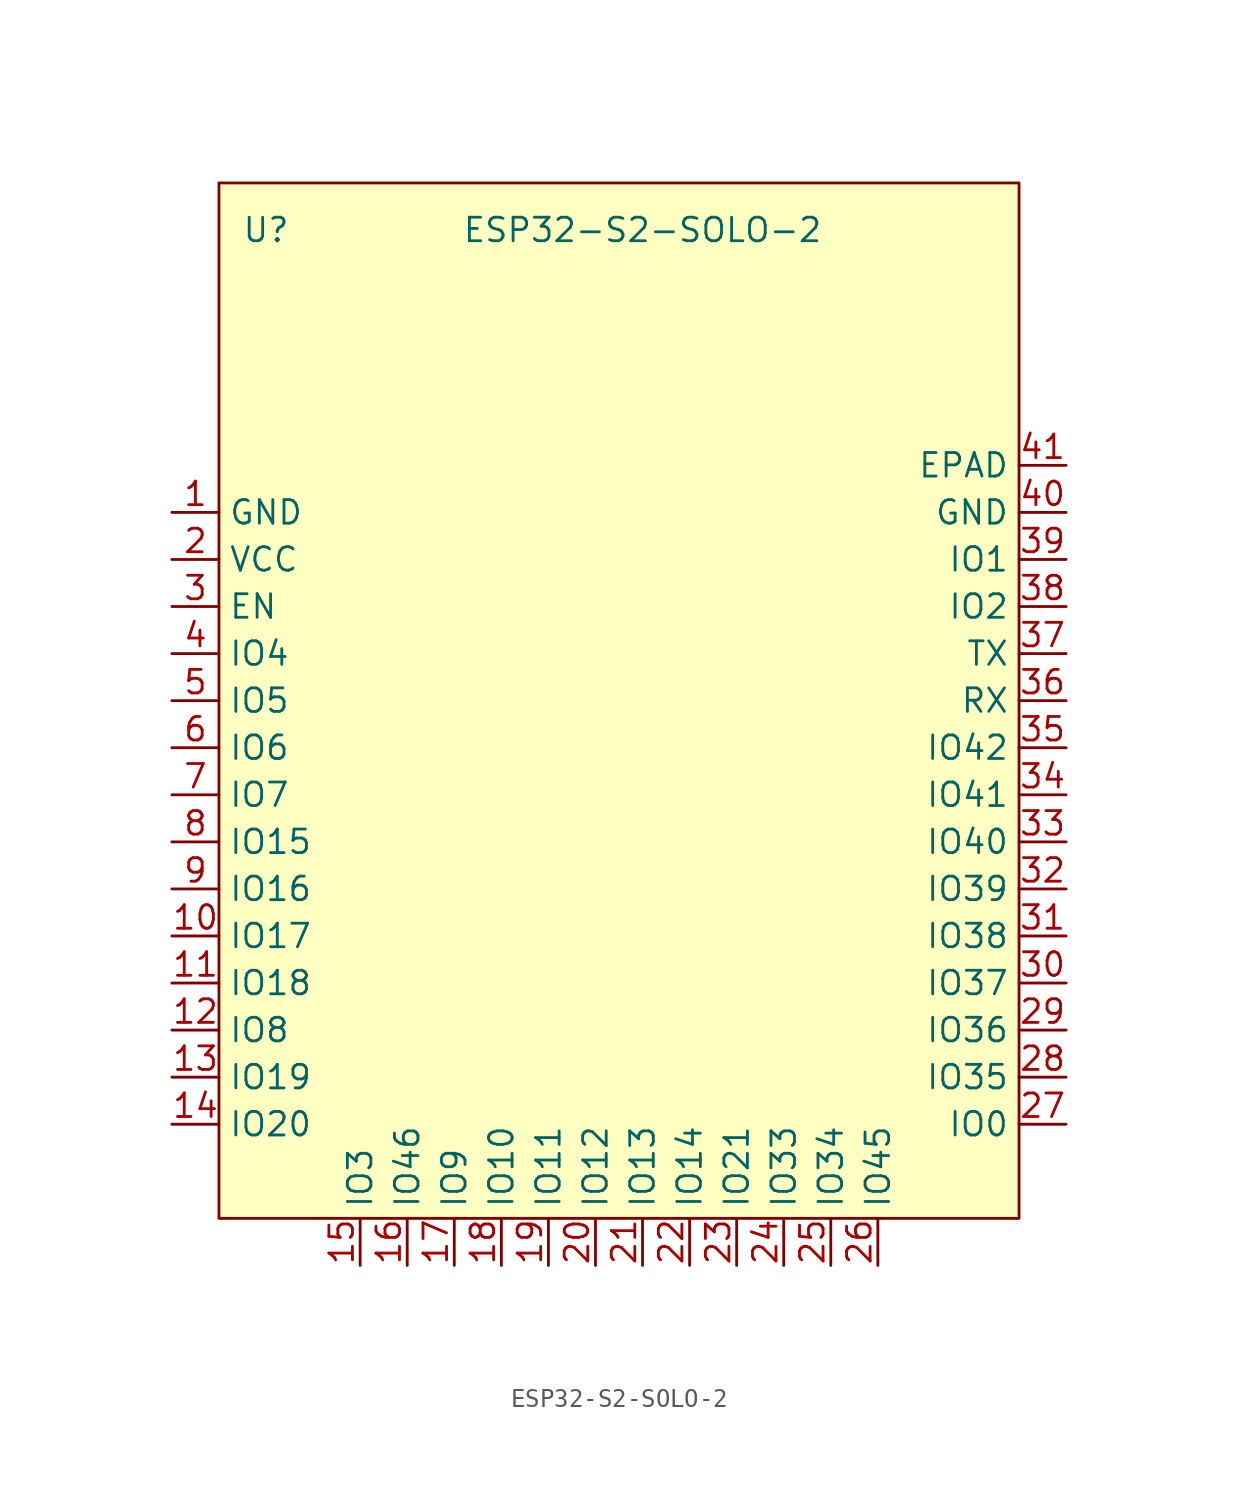
<source format=kicad_sym>
(kicad_symbol_lib
  (version 20211014)
  (generator kicad_symbol_editor)
  (symbol "ESP32-S2-SOLO-2"
    (property "Reference" "U"
      (at -19.05 25.4 0)
      (effects (font (size 1.27 1.27))))
    (property "Value" "ESP32-S2-SOLO-2"
      (at 1.27 25.4 0)
      (effects (font (size 1.27 1.27))))
    (symbol "ESP32-S2-SOLO-2_0_1"
      (rectangle (start 21.59 -27.94) (end -21.59 27.94) (stroke (width 0) (type default) (color 0 0 0 0)) (fill (type background))))
    (symbol "ESP32-S2-SOLO-2_1_1"
      (pin power_out line (at -24.13 10.16 0) (length 2.54) (name "GND" (effects (font (size 1.27 1.27)))) (number "1" (effects (font (size 1.27 1.27)))))
      (pin input line (at -24.13 -12.7 0) (length 2.54) (name "IO17" (effects (font (size 1.27 1.27)))) (number "10" (effects (font (size 1.27 1.27)))))
      (pin input line (at -24.13 -15.24 0) (length 2.54) (name "IO18" (effects (font (size 1.27 1.27)))) (number "11" (effects (font (size 1.27 1.27)))))
      (pin input line (at -24.13 -17.78 0) (length 2.54) (name "IO8" (effects (font (size 1.27 1.27)))) (number "12" (effects (font (size 1.27 1.27)))))
      (pin input line (at -24.13 -20.32 0) (length 2.54) (name "IO19" (effects (font (size 1.27 1.27)))) (number "13" (effects (font (size 1.27 1.27)))))
      (pin input line (at -24.13 -22.86 0) (length 2.54) (name "IO20" (effects (font (size 1.27 1.27)))) (number "14" (effects (font (size 1.27 1.27)))))
      (pin input line (at -13.97 -30.48 90) (length 2.54) (name "IO3" (effects (font (size 1.27 1.27)))) (number "15" (effects (font (size 1.27 1.27)))))
      (pin input line (at -11.43 -30.48 90) (length 2.54) (name "IO46" (effects (font (size 1.27 1.27)))) (number "16" (effects (font (size 1.27 1.27)))))
      (pin input line (at -8.89 -30.48 90) (length 2.54) (name "IO9" (effects (font (size 1.27 1.27)))) (number "17" (effects (font (size 1.27 1.27)))))
      (pin input line (at -6.35 -30.48 90) (length 2.54) (name "IO10" (effects (font (size 1.27 1.27)))) (number "18" (effects (font (size 1.27 1.27)))))
      (pin input line (at -3.81 -30.48 90) (length 2.54) (name "IO11" (effects (font (size 1.27 1.27)))) (number "19" (effects (font (size 1.27 1.27)))))
      (pin power_in line (at -24.13 7.62 0) (length 2.54) (name "VCC" (effects (font (size 1.27 1.27)))) (number "2" (effects (font (size 1.27 1.27)))))
      (pin input line (at -1.27 -30.48 90) (length 2.54) (name "IO12" (effects (font (size 1.27 1.27)))) (number "20" (effects (font (size 1.27 1.27)))))
      (pin input line (at 1.27 -30.48 90) (length 2.54) (name "IO13" (effects (font (size 1.27 1.27)))) (number "21" (effects (font (size 1.27 1.27)))))
      (pin input line (at 3.81 -30.48 90) (length 2.54) (name "IO14" (effects (font (size 1.27 1.27)))) (number "22" (effects (font (size 1.27 1.27)))))
      (pin input line (at 6.35 -30.48 90) (length 2.54) (name "IO21" (effects (font (size 1.27 1.27)))) (number "23" (effects (font (size 1.27 1.27)))))
      (pin input line (at 8.89 -30.48 90) (length 2.54) (name "IO33" (effects (font (size 1.27 1.27)))) (number "24" (effects (font (size 1.27 1.27)))))
      (pin input line (at 11.43 -30.48 90) (length 2.54) (name "IO34" (effects (font (size 1.27 1.27)))) (number "25" (effects (font (size 1.27 1.27)))))
      (pin input line (at 13.97 -30.48 90) (length 2.54) (name "IO45" (effects (font (size 1.27 1.27)))) (number "26" (effects (font (size 1.27 1.27)))))
      (pin input line (at 24.13 -22.86 180) (length 2.54) (name "IO0" (effects (font (size 1.27 1.27)))) (number "27" (effects (font (size 1.27 1.27)))))
      (pin input line (at 24.13 -20.32 180) (length 2.54) (name "IO35" (effects (font (size 1.27 1.27)))) (number "28" (effects (font (size 1.27 1.27)))))
      (pin input line (at 24.13 -17.78 180) (length 2.54) (name "IO36" (effects (font (size 1.27 1.27)))) (number "29" (effects (font (size 1.27 1.27)))))
      (pin input line (at -24.13 5.08 0) (length 2.54) (name "EN" (effects (font (size 1.27 1.27)))) (number "3" (effects (font (size 1.27 1.27)))))
      (pin input line (at 24.13 -15.24 180) (length 2.54) (name "IO37" (effects (font (size 1.27 1.27)))) (number "30" (effects (font (size 1.27 1.27)))))
      (pin input line (at 24.13 -12.7 180) (length 2.54) (name "IO38" (effects (font (size 1.27 1.27)))) (number "31" (effects (font (size 1.27 1.27)))))
      (pin input line (at 24.13 -10.16 180) (length 2.54) (name "IO39" (effects (font (size 1.27 1.27)))) (number "32" (effects (font (size 1.27 1.27)))))
      (pin input line (at 24.13 -7.62 180) (length 2.54) (name "IO40" (effects (font (size 1.27 1.27)))) (number "33" (effects (font (size 1.27 1.27)))))
      (pin input line (at 24.13 -5.08 180) (length 2.54) (name "IO41" (effects (font (size 1.27 1.27)))) (number "34" (effects (font (size 1.27 1.27)))))
      (pin input line (at 24.13 -2.54 180) (length 2.54) (name "IO42" (effects (font (size 1.27 1.27)))) (number "35" (effects (font (size 1.27 1.27)))))
      (pin input line (at 24.13 0 180) (length 2.54) (name "RX" (effects (font (size 1.27 1.27)))) (number "36" (effects (font (size 1.27 1.27)))))
      (pin input line (at 24.13 2.54 180) (length 2.54) (name "TX" (effects (font (size 1.27 1.27)))) (number "37" (effects (font (size 1.27 1.27)))))
      (pin input line (at 24.13 5.08 180) (length 2.54) (name "IO2" (effects (font (size 1.27 1.27)))) (number "38" (effects (font (size 1.27 1.27)))))
      (pin input line (at 24.13 7.62 180) (length 2.54) (name "IO1" (effects (font (size 1.27 1.27)))) (number "39" (effects (font (size 1.27 1.27)))))
      (pin input line (at -24.13 2.54 0) (length 2.54) (name "IO4" (effects (font (size 1.27 1.27)))) (number "4" (effects (font (size 1.27 1.27)))))
      (pin input line (at 24.13 10.16 180) (length 2.54) (name "GND" (effects (font (size 1.27 1.27)))) (number "40" (effects (font (size 1.27 1.27)))))
      (pin input line (at 24.13 12.7 180) (length 2.54) (name "EPAD" (effects (font (size 1.27 1.27)))) (number "41" (effects (font (size 1.27 1.27)))))
      (pin input line (at -24.13 0 0) (length 2.54) (name "IO5" (effects (font (size 1.27 1.27)))) (number "5" (effects (font (size 1.27 1.27)))))
      (pin input line (at -24.13 -2.54 0) (length 2.54) (name "IO6" (effects (font (size 1.27 1.27)))) (number "6" (effects (font (size 1.27 1.27)))))
      (pin input line (at -24.13 -5.08 0) (length 2.54) (name "IO7" (effects (font (size 1.27 1.27)))) (number "7" (effects (font (size 1.27 1.27)))))
      (pin input line (at -24.13 -7.62 0) (length 2.54) (name "IO15" (effects (font (size 1.27 1.27)))) (number "8" (effects (font (size 1.27 1.27)))))
      (pin input line (at -24.13 -10.16 0) (length 2.54) (name "IO16" (effects (font (size 1.27 1.27)))) (number "9" (effects (font (size 1.27 1.27))))))))
</source>
